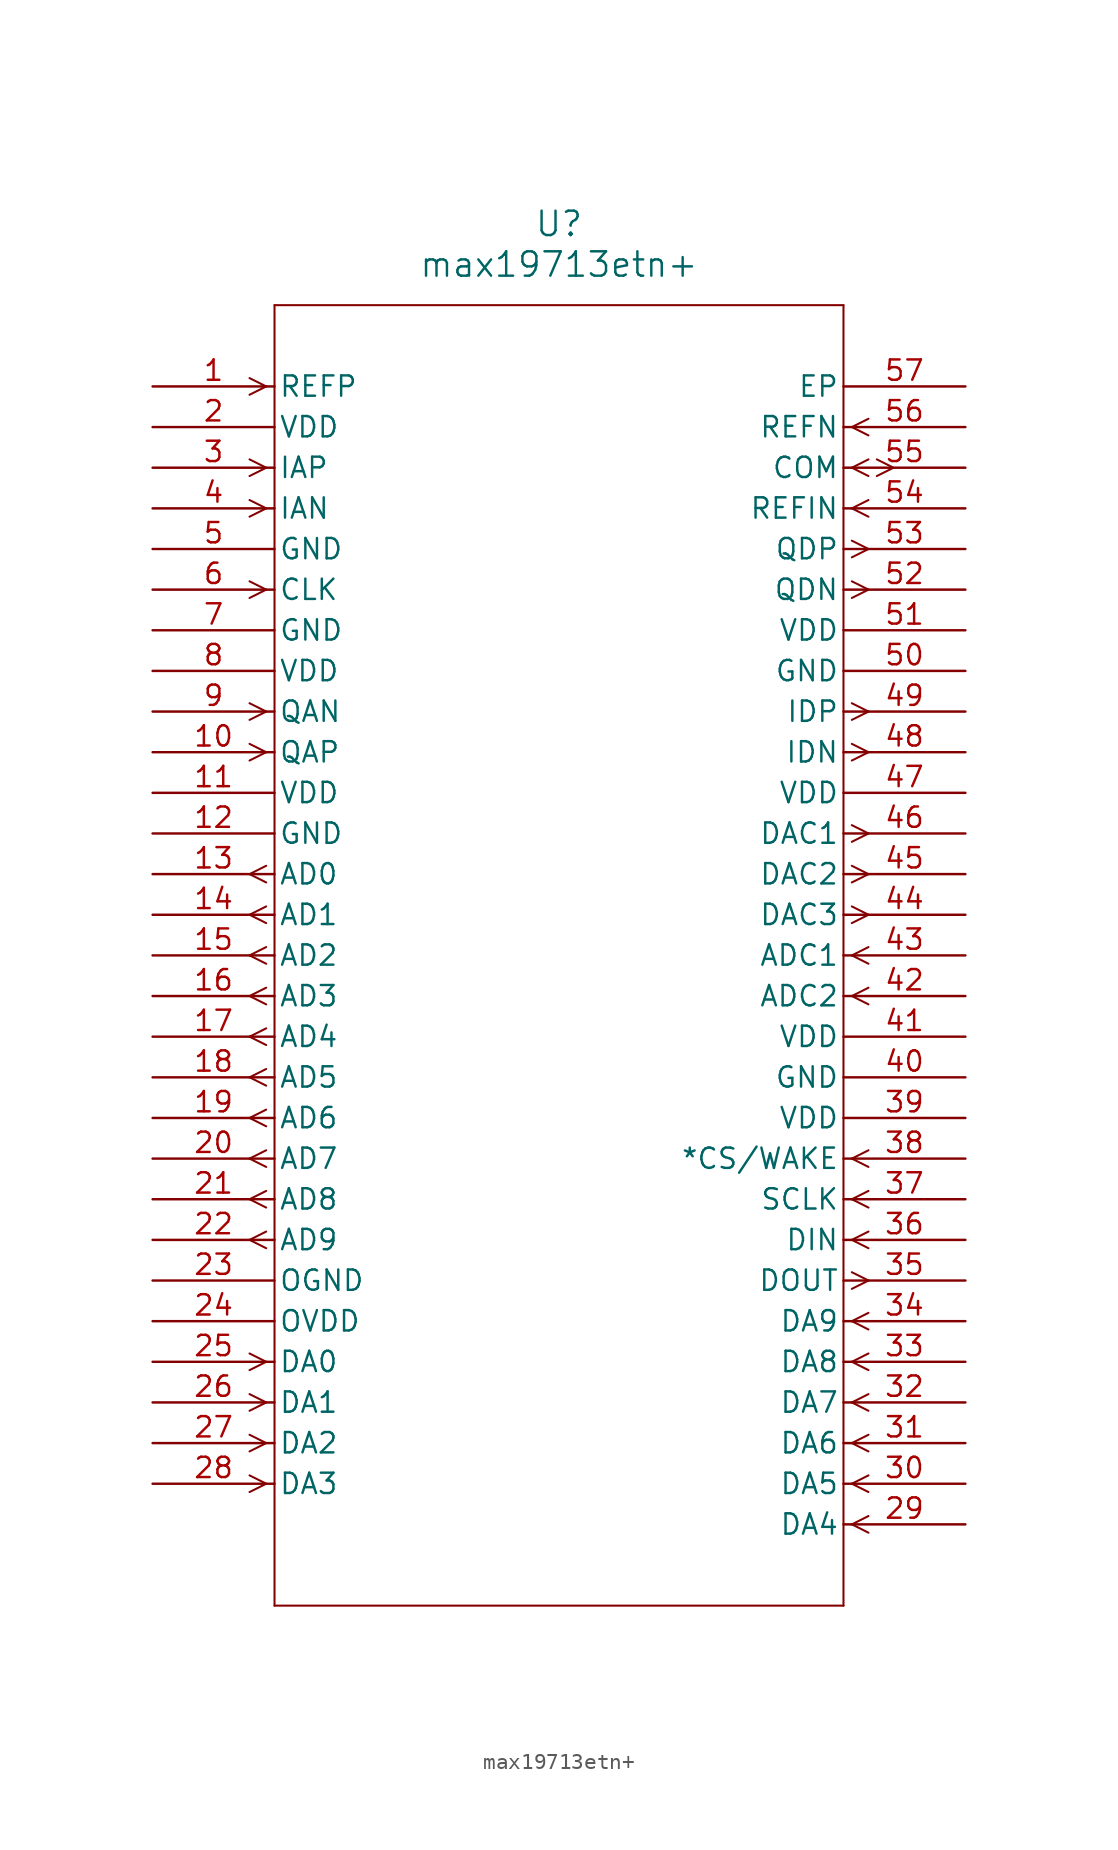
<source format=kicad_sym>
(kicad_symbol_lib
  (version 20231120)
  (generator "kicad_symbol_editor")
  (generator_version "8.0")
  (symbol "max19713etn+"
    (pin_names
      (offset 0.254))
    (property "Reference" "U"
      (at 25.4 10.16 0)
      (effects (font (size 1.524 1.524))))
    (property "Value" "max19713etn+"
      (at 25.4 7.62 0)
      (effects (font (size 1.524 1.524))))
    (property "ki_locked" ""
      (at 0 0 0)
      (effects (font (size 1.27 1.27))))
    (symbol "max19713etn+_1_1"
      (polyline (pts (xy 7.099 -68.58) (xy 6.058 -69.101)) (stroke (width 0.127) (type default)) (fill (type none)))
      (polyline (pts (xy 7.099 -68.58) (xy 6.058 -68.059)) (stroke (width 0.127) (type default)) (fill (type none)))
      (polyline (pts (xy 7.099 -66.04) (xy 6.058 -66.561)) (stroke (width 0.127) (type default)) (fill (type none)))
      (polyline (pts (xy 7.099 -66.04) (xy 6.058 -65.519)) (stroke (width 0.127) (type default)) (fill (type none)))
      (polyline (pts (xy 7.099 -63.5) (xy 6.058 -64.021)) (stroke (width 0.127) (type default)) (fill (type none)))
      (polyline (pts (xy 7.099 -63.5) (xy 6.058 -62.979)) (stroke (width 0.127) (type default)) (fill (type none)))
      (polyline (pts (xy 7.099 -60.96) (xy 6.058 -61.481)) (stroke (width 0.127) (type default)) (fill (type none)))
      (polyline (pts (xy 7.099 -60.96) (xy 6.058 -60.439)) (stroke (width 0.127) (type default)) (fill (type none)))
      (polyline (pts (xy 7.099 -53.861) (xy 6.058 -53.34)) (stroke (width 0.127) (type default)) (fill (type none)))
      (polyline (pts (xy 7.099 -52.819) (xy 6.058 -53.34)) (stroke (width 0.127) (type default)) (fill (type none)))
      (polyline (pts (xy 7.099 -51.321) (xy 6.058 -50.8)) (stroke (width 0.127) (type default)) (fill (type none)))
      (polyline (pts (xy 7.099 -50.279) (xy 6.058 -50.8)) (stroke (width 0.127) (type default)) (fill (type none)))
      (polyline (pts (xy 7.099 -48.781) (xy 6.058 -48.26)) (stroke (width 0.127) (type default)) (fill (type none)))
      (polyline (pts (xy 7.099 -47.739) (xy 6.058 -48.26)) (stroke (width 0.127) (type default)) (fill (type none)))
      (polyline (pts (xy 7.099 -46.241) (xy 6.058 -45.72)) (stroke (width 0.127) (type default)) (fill (type none)))
      (polyline (pts (xy 7.099 -45.199) (xy 6.058 -45.72)) (stroke (width 0.127) (type default)) (fill (type none)))
      (polyline (pts (xy 7.099 -43.701) (xy 6.058 -43.18)) (stroke (width 0.127) (type default)) (fill (type none)))
      (polyline (pts (xy 7.099 -42.659) (xy 6.058 -43.18)) (stroke (width 0.127) (type default)) (fill (type none)))
      (polyline (pts (xy 7.099 -41.161) (xy 6.058 -40.64)) (stroke (width 0.127) (type default)) (fill (type none)))
      (polyline (pts (xy 7.099 -40.119) (xy 6.058 -40.64)) (stroke (width 0.127) (type default)) (fill (type none)))
      (polyline (pts (xy 7.099 -38.621) (xy 6.058 -38.1)) (stroke (width 0.127) (type default)) (fill (type none)))
      (polyline (pts (xy 7.099 -37.579) (xy 6.058 -38.1)) (stroke (width 0.127) (type default)) (fill (type none)))
      (polyline (pts (xy 7.099 -36.081) (xy 6.058 -35.56)) (stroke (width 0.127) (type default)) (fill (type none)))
      (polyline (pts (xy 7.099 -35.039) (xy 6.058 -35.56)) (stroke (width 0.127) (type default)) (fill (type none)))
      (polyline (pts (xy 7.099 -33.541) (xy 6.058 -33.02)) (stroke (width 0.127) (type default)) (fill (type none)))
      (polyline (pts (xy 7.099 -32.499) (xy 6.058 -33.02)) (stroke (width 0.127) (type default)) (fill (type none)))
      (polyline (pts (xy 7.099 -31.001) (xy 6.058 -30.48)) (stroke (width 0.127) (type default)) (fill (type none)))
      (polyline (pts (xy 7.099 -29.959) (xy 6.058 -30.48)) (stroke (width 0.127) (type default)) (fill (type none)))
      (polyline (pts (xy 7.099 -22.86) (xy 6.058 -23.381)) (stroke (width 0.127) (type default)) (fill (type none)))
      (polyline (pts (xy 7.099 -22.86) (xy 6.058 -22.339)) (stroke (width 0.127) (type default)) (fill (type none)))
      (polyline (pts (xy 7.099 -20.32) (xy 6.058 -20.841)) (stroke (width 0.127) (type default)) (fill (type none)))
      (polyline (pts (xy 7.099 -20.32) (xy 6.058 -19.799)) (stroke (width 0.127) (type default)) (fill (type none)))
      (polyline (pts (xy 7.099 -12.7) (xy 6.058 -13.221)) (stroke (width 0.127) (type default)) (fill (type none)))
      (polyline (pts (xy 7.099 -12.7) (xy 6.058 -12.179)) (stroke (width 0.127) (type default)) (fill (type none)))
      (polyline (pts (xy 7.099 -7.62) (xy 6.058 -8.141)) (stroke (width 0.127) (type default)) (fill (type none)))
      (polyline (pts (xy 7.099 -7.62) (xy 6.058 -7.099)) (stroke (width 0.127) (type default)) (fill (type none)))
      (polyline (pts (xy 7.099 -5.08) (xy 6.058 -5.601)) (stroke (width 0.127) (type default)) (fill (type none)))
      (polyline (pts (xy 7.099 -5.08) (xy 6.058 -4.559)) (stroke (width 0.127) (type default)) (fill (type none)))
      (polyline (pts (xy 7.099 0) (xy 6.058 -0.521)) (stroke (width 0.127) (type default)) (fill (type none)))
      (polyline (pts (xy 7.099 0) (xy 6.058 0.521)) (stroke (width 0.127) (type default)) (fill (type none)))
      (polyline (pts (xy 7.62 -76.2) (xy 43.18 -76.2)) (stroke (width 0.127) (type default)) (fill (type none)))
      (polyline (pts (xy 7.62 5.08) (xy 7.62 -76.2)) (stroke (width 0.127) (type default)) (fill (type none)))
      (polyline (pts (xy 43.18 -76.2) (xy 43.18 5.08)) (stroke (width 0.127) (type default)) (fill (type none)))
      (polyline (pts (xy 43.18 5.08) (xy 7.62 5.08)) (stroke (width 0.127) (type default)) (fill (type none)))
      (polyline (pts (xy 43.701 -71.12) (xy 44.742 -71.641)) (stroke (width 0.127) (type default)) (fill (type none)))
      (polyline (pts (xy 43.701 -71.12) (xy 44.742 -70.599)) (stroke (width 0.127) (type default)) (fill (type none)))
      (polyline (pts (xy 43.701 -68.58) (xy 44.742 -69.101)) (stroke (width 0.127) (type default)) (fill (type none)))
      (polyline (pts (xy 43.701 -68.58) (xy 44.742 -68.059)) (stroke (width 0.127) (type default)) (fill (type none)))
      (polyline (pts (xy 43.701 -66.04) (xy 44.742 -66.561)) (stroke (width 0.127) (type default)) (fill (type none)))
      (polyline (pts (xy 43.701 -66.04) (xy 44.742 -65.519)) (stroke (width 0.127) (type default)) (fill (type none)))
      (polyline (pts (xy 43.701 -63.5) (xy 44.742 -64.021)) (stroke (width 0.127) (type default)) (fill (type none)))
      (polyline (pts (xy 43.701 -63.5) (xy 44.742 -62.979)) (stroke (width 0.127) (type default)) (fill (type none)))
      (polyline (pts (xy 43.701 -60.96) (xy 44.742 -61.481)) (stroke (width 0.127) (type default)) (fill (type none)))
      (polyline (pts (xy 43.701 -60.96) (xy 44.742 -60.439)) (stroke (width 0.127) (type default)) (fill (type none)))
      (polyline (pts (xy 43.701 -58.42) (xy 44.742 -58.941)) (stroke (width 0.127) (type default)) (fill (type none)))
      (polyline (pts (xy 43.701 -58.42) (xy 44.742 -57.899)) (stroke (width 0.127) (type default)) (fill (type none)))
      (polyline (pts (xy 43.701 -56.401) (xy 44.742 -55.88)) (stroke (width 0.127) (type default)) (fill (type none)))
      (polyline (pts (xy 43.701 -55.359) (xy 44.742 -55.88)) (stroke (width 0.127) (type default)) (fill (type none)))
      (polyline (pts (xy 43.701 -53.34) (xy 44.742 -53.861)) (stroke (width 0.127) (type default)) (fill (type none)))
      (polyline (pts (xy 43.701 -53.34) (xy 44.742 -52.819)) (stroke (width 0.127) (type default)) (fill (type none)))
      (polyline (pts (xy 43.701 -50.8) (xy 44.742 -51.321)) (stroke (width 0.127) (type default)) (fill (type none)))
      (polyline (pts (xy 43.701 -50.8) (xy 44.742 -50.279)) (stroke (width 0.127) (type default)) (fill (type none)))
      (polyline (pts (xy 43.701 -48.26) (xy 44.742 -48.781)) (stroke (width 0.127) (type default)) (fill (type none)))
      (polyline (pts (xy 43.701 -48.26) (xy 44.742 -47.739)) (stroke (width 0.127) (type default)) (fill (type none)))
      (polyline (pts (xy 43.701 -38.1) (xy 44.742 -38.621)) (stroke (width 0.127) (type default)) (fill (type none)))
      (polyline (pts (xy 43.701 -38.1) (xy 44.742 -37.579)) (stroke (width 0.127) (type default)) (fill (type none)))
      (polyline (pts (xy 43.701 -35.56) (xy 44.742 -36.081)) (stroke (width 0.127) (type default)) (fill (type none)))
      (polyline (pts (xy 43.701 -35.56) (xy 44.742 -35.039)) (stroke (width 0.127) (type default)) (fill (type none)))
      (polyline (pts (xy 43.701 -33.541) (xy 44.742 -33.02)) (stroke (width 0.127) (type default)) (fill (type none)))
      (polyline (pts (xy 43.701 -32.499) (xy 44.742 -33.02)) (stroke (width 0.127) (type default)) (fill (type none)))
      (polyline (pts (xy 43.701 -31.001) (xy 44.742 -30.48)) (stroke (width 0.127) (type default)) (fill (type none)))
      (polyline (pts (xy 43.701 -29.959) (xy 44.742 -30.48)) (stroke (width 0.127) (type default)) (fill (type none)))
      (polyline (pts (xy 43.701 -28.461) (xy 44.742 -27.94)) (stroke (width 0.127) (type default)) (fill (type none)))
      (polyline (pts (xy 43.701 -27.419) (xy 44.742 -27.94)) (stroke (width 0.127) (type default)) (fill (type none)))
      (polyline (pts (xy 43.701 -23.381) (xy 44.742 -22.86)) (stroke (width 0.127) (type default)) (fill (type none)))
      (polyline (pts (xy 43.701 -22.339) (xy 44.742 -22.86)) (stroke (width 0.127) (type default)) (fill (type none)))
      (polyline (pts (xy 43.701 -20.841) (xy 44.742 -20.32)) (stroke (width 0.127) (type default)) (fill (type none)))
      (polyline (pts (xy 43.701 -19.799) (xy 44.742 -20.32)) (stroke (width 0.127) (type default)) (fill (type none)))
      (polyline (pts (xy 43.701 -13.221) (xy 44.742 -12.7)) (stroke (width 0.127) (type default)) (fill (type none)))
      (polyline (pts (xy 43.701 -12.179) (xy 44.742 -12.7)) (stroke (width 0.127) (type default)) (fill (type none)))
      (polyline (pts (xy 43.701 -10.681) (xy 44.742 -10.16)) (stroke (width 0.127) (type default)) (fill (type none)))
      (polyline (pts (xy 43.701 -9.639) (xy 44.742 -10.16)) (stroke (width 0.127) (type default)) (fill (type none)))
      (polyline (pts (xy 43.701 -7.62) (xy 44.742 -8.141)) (stroke (width 0.127) (type default)) (fill (type none)))
      (polyline (pts (xy 43.701 -7.62) (xy 44.742 -7.099)) (stroke (width 0.127) (type default)) (fill (type none)))
      (polyline (pts (xy 43.701 -5.08) (xy 44.742 -5.601)) (stroke (width 0.127) (type default)) (fill (type none)))
      (polyline (pts (xy 43.701 -5.08) (xy 44.742 -4.559)) (stroke (width 0.127) (type default)) (fill (type none)))
      (polyline (pts (xy 43.701 -2.54) (xy 44.742 -3.061)) (stroke (width 0.127) (type default)) (fill (type none)))
      (polyline (pts (xy 43.701 -2.54) (xy 44.742 -2.019)) (stroke (width 0.127) (type default)) (fill (type none)))
      (polyline (pts (xy 45.263 -5.601) (xy 46.304 -5.08)) (stroke (width 0.127) (type default)) (fill (type none)))
      (polyline (pts (xy 45.263 -4.559) (xy 46.304 -5.08)) (stroke (width 0.127) (type default)) (fill (type none)))
      (pin input line (at 0 0 0) (length 7.62) (name "REFP" (effects (font (size 1.27 1.27)))) (number "1" (effects (font (size 1.27 1.27)))))
      (pin input line (at 0 -22.86 0) (length 7.62) (name "QAP" (effects (font (size 1.27 1.27)))) (number "10" (effects (font (size 1.27 1.27)))))
      (pin power_in line (at 0 -25.4 0) (length 7.62) (name "VDD" (effects (font (size 1.27 1.27)))) (number "11" (effects (font (size 1.27 1.27)))))
      (pin power_in line (at 0 -27.94 0) (length 7.62) (name "GND" (effects (font (size 1.27 1.27)))) (number "12" (effects (font (size 1.27 1.27)))))
      (pin output line (at 0 -30.48 0) (length 7.62) (name "AD0" (effects (font (size 1.27 1.27)))) (number "13" (effects (font (size 1.27 1.27)))))
      (pin output line (at 0 -33.02 0) (length 7.62) (name "AD1" (effects (font (size 1.27 1.27)))) (number "14" (effects (font (size 1.27 1.27)))))
      (pin output line (at 0 -35.56 0) (length 7.62) (name "AD2" (effects (font (size 1.27 1.27)))) (number "15" (effects (font (size 1.27 1.27)))))
      (pin output line (at 0 -38.1 0) (length 7.62) (name "AD3" (effects (font (size 1.27 1.27)))) (number "16" (effects (font (size 1.27 1.27)))))
      (pin output line (at 0 -40.64 0) (length 7.62) (name "AD4" (effects (font (size 1.27 1.27)))) (number "17" (effects (font (size 1.27 1.27)))))
      (pin output line (at 0 -43.18 0) (length 7.62) (name "AD5" (effects (font (size 1.27 1.27)))) (number "18" (effects (font (size 1.27 1.27)))))
      (pin output line (at 0 -45.72 0) (length 7.62) (name "AD6" (effects (font (size 1.27 1.27)))) (number "19" (effects (font (size 1.27 1.27)))))
      (pin power_in line (at 0 -2.54 0) (length 7.62) (name "VDD" (effects (font (size 1.27 1.27)))) (number "2" (effects (font (size 1.27 1.27)))))
      (pin output line (at 0 -48.26 0) (length 7.62) (name "AD7" (effects (font (size 1.27 1.27)))) (number "20" (effects (font (size 1.27 1.27)))))
      (pin output line (at 0 -50.8 0) (length 7.62) (name "AD8" (effects (font (size 1.27 1.27)))) (number "21" (effects (font (size 1.27 1.27)))))
      (pin output line (at 0 -53.34 0) (length 7.62) (name "AD9" (effects (font (size 1.27 1.27)))) (number "22" (effects (font (size 1.27 1.27)))))
      (pin power_in line (at 0 -55.88 0) (length 7.62) (name "OGND" (effects (font (size 1.27 1.27)))) (number "23" (effects (font (size 1.27 1.27)))))
      (pin power_in line (at 0 -58.42 0) (length 7.62) (name "OVDD" (effects (font (size 1.27 1.27)))) (number "24" (effects (font (size 1.27 1.27)))))
      (pin input line (at 0 -60.96 0) (length 7.62) (name "DA0" (effects (font (size 1.27 1.27)))) (number "25" (effects (font (size 1.27 1.27)))))
      (pin input line (at 0 -63.5 0) (length 7.62) (name "DA1" (effects (font (size 1.27 1.27)))) (number "26" (effects (font (size 1.27 1.27)))))
      (pin input line (at 0 -66.04 0) (length 7.62) (name "DA2" (effects (font (size 1.27 1.27)))) (number "27" (effects (font (size 1.27 1.27)))))
      (pin input line (at 0 -68.58 0) (length 7.62) (name "DA3" (effects (font (size 1.27 1.27)))) (number "28" (effects (font (size 1.27 1.27)))))
      (pin input line (at 50.8 -71.12 180) (length 7.62) (name "DA4" (effects (font (size 1.27 1.27)))) (number "29" (effects (font (size 1.27 1.27)))))
      (pin input line (at 0 -5.08 0) (length 7.62) (name "IAP" (effects (font (size 1.27 1.27)))) (number "3" (effects (font (size 1.27 1.27)))))
      (pin input line (at 50.8 -68.58 180) (length 7.62) (name "DA5" (effects (font (size 1.27 1.27)))) (number "30" (effects (font (size 1.27 1.27)))))
      (pin input line (at 50.8 -66.04 180) (length 7.62) (name "DA6" (effects (font (size 1.27 1.27)))) (number "31" (effects (font (size 1.27 1.27)))))
      (pin input line (at 50.8 -63.5 180) (length 7.62) (name "DA7" (effects (font (size 1.27 1.27)))) (number "32" (effects (font (size 1.27 1.27)))))
      (pin input line (at 50.8 -60.96 180) (length 7.62) (name "DA8" (effects (font (size 1.27 1.27)))) (number "33" (effects (font (size 1.27 1.27)))))
      (pin input line (at 50.8 -58.42 180) (length 7.62) (name "DA9" (effects (font (size 1.27 1.27)))) (number "34" (effects (font (size 1.27 1.27)))))
      (pin output line (at 50.8 -55.88 180) (length 7.62) (name "DOUT" (effects (font (size 1.27 1.27)))) (number "35" (effects (font (size 1.27 1.27)))))
      (pin input line (at 50.8 -53.34 180) (length 7.62) (name "DIN" (effects (font (size 1.27 1.27)))) (number "36" (effects (font (size 1.27 1.27)))))
      (pin input line (at 50.8 -50.8 180) (length 7.62) (name "SCLK" (effects (font (size 1.27 1.27)))) (number "37" (effects (font (size 1.27 1.27)))))
      (pin input line (at 50.8 -48.26 180) (length 7.62) (name "*CS/WAKE" (effects (font (size 1.27 1.27)))) (number "38" (effects (font (size 1.27 1.27)))))
      (pin power_in line (at 50.8 -45.72 180) (length 7.62) (name "VDD" (effects (font (size 1.27 1.27)))) (number "39" (effects (font (size 1.27 1.27)))))
      (pin input line (at 0 -7.62 0) (length 7.62) (name "IAN" (effects (font (size 1.27 1.27)))) (number "4" (effects (font (size 1.27 1.27)))))
      (pin power_in line (at 50.8 -43.18 180) (length 7.62) (name "GND" (effects (font (size 1.27 1.27)))) (number "40" (effects (font (size 1.27 1.27)))))
      (pin power_in line (at 50.8 -40.64 180) (length 7.62) (name "VDD" (effects (font (size 1.27 1.27)))) (number "41" (effects (font (size 1.27 1.27)))))
      (pin input line (at 50.8 -38.1 180) (length 7.62) (name "ADC2" (effects (font (size 1.27 1.27)))) (number "42" (effects (font (size 1.27 1.27)))))
      (pin input line (at 50.8 -35.56 180) (length 7.62) (name "ADC1" (effects (font (size 1.27 1.27)))) (number "43" (effects (font (size 1.27 1.27)))))
      (pin output line (at 50.8 -33.02 180) (length 7.62) (name "DAC3" (effects (font (size 1.27 1.27)))) (number "44" (effects (font (size 1.27 1.27)))))
      (pin output line (at 50.8 -30.48 180) (length 7.62) (name "DAC2" (effects (font (size 1.27 1.27)))) (number "45" (effects (font (size 1.27 1.27)))))
      (pin output line (at 50.8 -27.94 180) (length 7.62) (name "DAC1" (effects (font (size 1.27 1.27)))) (number "46" (effects (font (size 1.27 1.27)))))
      (pin power_in line (at 50.8 -25.4 180) (length 7.62) (name "VDD" (effects (font (size 1.27 1.27)))) (number "47" (effects (font (size 1.27 1.27)))))
      (pin output line (at 50.8 -22.86 180) (length 7.62) (name "IDN" (effects (font (size 1.27 1.27)))) (number "48" (effects (font (size 1.27 1.27)))))
      (pin output line (at 50.8 -20.32 180) (length 7.62) (name "IDP" (effects (font (size 1.27 1.27)))) (number "49" (effects (font (size 1.27 1.27)))))
      (pin power_in line (at 0 -10.16 0) (length 7.62) (name "GND" (effects (font (size 1.27 1.27)))) (number "5" (effects (font (size 1.27 1.27)))))
      (pin power_in line (at 50.8 -17.78 180) (length 7.62) (name "GND" (effects (font (size 1.27 1.27)))) (number "50" (effects (font (size 1.27 1.27)))))
      (pin power_in line (at 50.8 -15.24 180) (length 7.62) (name "VDD" (effects (font (size 1.27 1.27)))) (number "51" (effects (font (size 1.27 1.27)))))
      (pin output line (at 50.8 -12.7 180) (length 7.62) (name "QDN" (effects (font (size 1.27 1.27)))) (number "52" (effects (font (size 1.27 1.27)))))
      (pin output line (at 50.8 -10.16 180) (length 7.62) (name "QDP" (effects (font (size 1.27 1.27)))) (number "53" (effects (font (size 1.27 1.27)))))
      (pin input line (at 50.8 -7.62 180) (length 7.62) (name "REFIN" (effects (font (size 1.27 1.27)))) (number "54" (effects (font (size 1.27 1.27)))))
      (pin bidirectional line (at 50.8 -5.08 180) (length 7.62) (name "COM" (effects (font (size 1.27 1.27)))) (number "55" (effects (font (size 1.27 1.27)))))
      (pin input line (at 50.8 -2.54 180) (length 7.62) (name "REFN" (effects (font (size 1.27 1.27)))) (number "56" (effects (font (size 1.27 1.27)))))
      (pin unspecified line (at 50.8 0 180) (length 7.62) (name "EP" (effects (font (size 1.27 1.27)))) (number "57" (effects (font (size 1.27 1.27)))))
      (pin input line (at 0 -12.7 0) (length 7.62) (name "CLK" (effects (font (size 1.27 1.27)))) (number "6" (effects (font (size 1.27 1.27)))))
      (pin power_in line (at 0 -15.24 0) (length 7.62) (name "GND" (effects (font (size 1.27 1.27)))) (number "7" (effects (font (size 1.27 1.27)))))
      (pin power_in line (at 0 -17.78 0) (length 7.62) (name "VDD" (effects (font (size 1.27 1.27)))) (number "8" (effects (font (size 1.27 1.27)))))
      (pin input line (at 0 -20.32 0) (length 7.62) (name "QAN" (effects (font (size 1.27 1.27)))) (number "9" (effects (font (size 1.27 1.27))))))))
</source>
